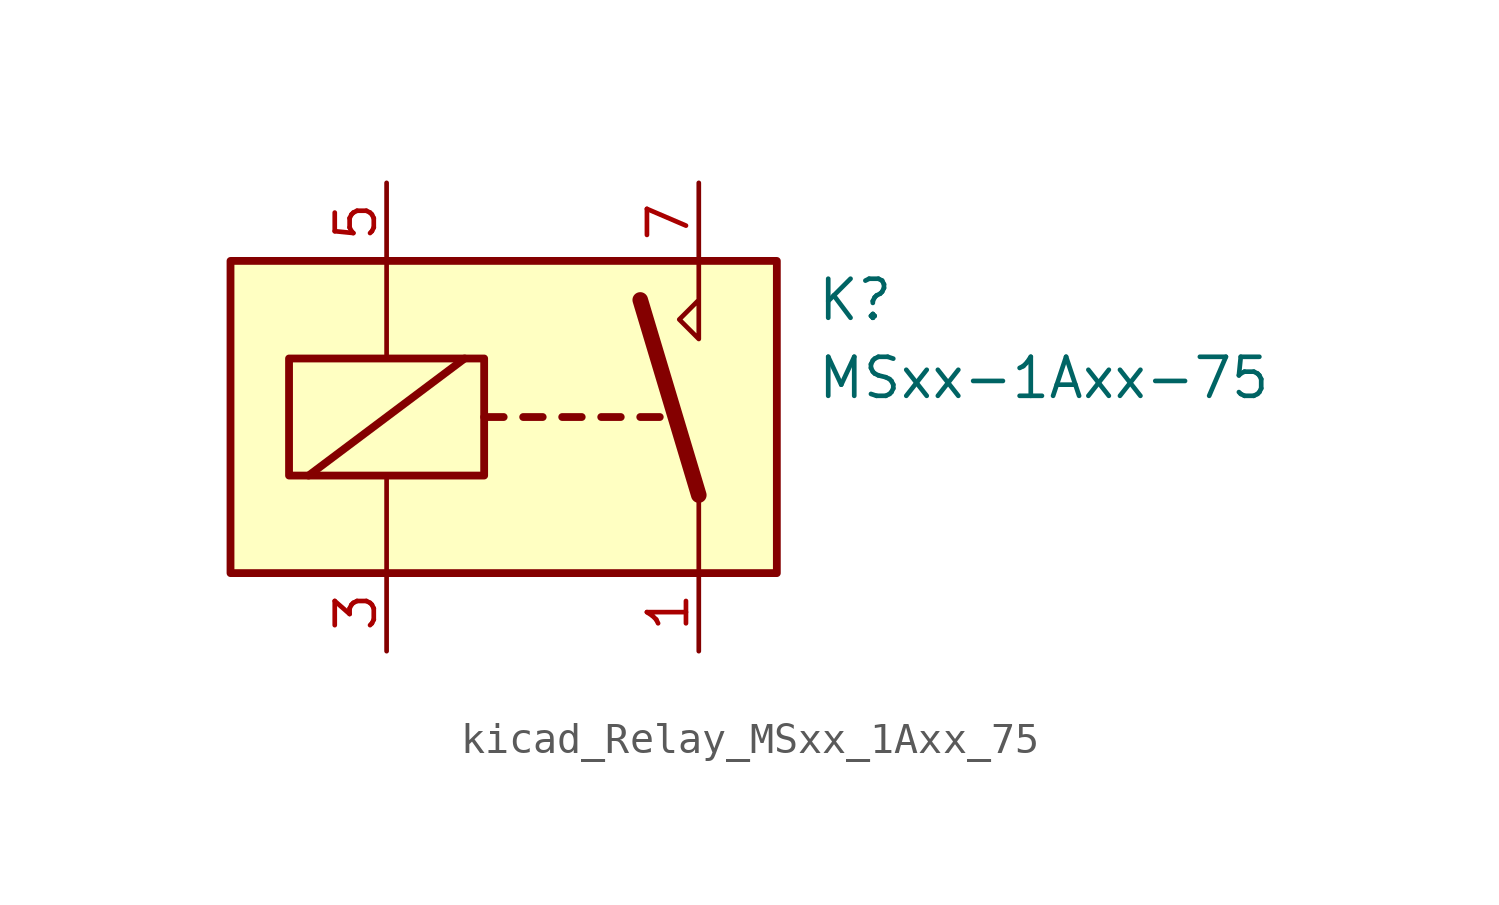
<source format=kicad_sym>
(kicad_symbol_lib
  (version 20220914)
  (generator kicad_symbol_editor)
  (symbol "kicad_Relay_MSxx_1Axx_75"
    (property "Reference" "K"
      (at 8.89 3.81 0)
      (effects (font (size 1.27 1.27)) (justify left)))
    (property "Value" "MSxx-1Axx-75"
      (at 8.89 1.27 0)
      (effects (font (size 1.27 1.27)) (justify left)))
    (symbol "kicad_Relay_MSxx_1Axx_75_0_0"
      (polyline (pts (xy 5.08 5.08) (xy 5.08 2.54) (xy 4.445 3.175) (xy 5.08 3.81)) (stroke (width 0) (type default)) (fill (type none))))
    (symbol "kicad_Relay_MSxx_1Axx_75_0_1"
      (rectangle (start -10.16 5.08) (end 7.62 -5.08) (stroke (width 0.254) (type default)) (fill (type background)))
      (rectangle (start -8.255 1.905) (end -1.905 -1.905) (stroke (width 0.254) (type default)) (fill (type none)))
      (polyline (pts (xy -7.62 -1.905) (xy -2.54 1.905)) (stroke (width 0.254) (type default)) (fill (type none)))
      (polyline (pts (xy -5.08 -5.08) (xy -5.08 -1.905)) (stroke (width 0) (type default)) (fill (type none)))
      (polyline (pts (xy -5.08 5.08) (xy -5.08 1.905)) (stroke (width 0) (type default)) (fill (type none)))
      (polyline (pts (xy -1.905 0) (xy -1.27 0)) (stroke (width 0.254) (type default)) (fill (type none)))
      (polyline (pts (xy -0.635 0) (xy 0 0)) (stroke (width 0.254) (type default)) (fill (type none)))
      (polyline (pts (xy 0.635 0) (xy 1.27 0)) (stroke (width 0.254) (type default)) (fill (type none)))
      (polyline (pts (xy 1.905 0) (xy 2.54 0)) (stroke (width 0.254) (type default)) (fill (type none)))
      (polyline (pts (xy 3.175 0) (xy 3.81 0)) (stroke (width 0.254) (type default)) (fill (type none)))
      (polyline (pts (xy 5.08 -2.54) (xy 3.175 3.81)) (stroke (width 0.508) (type default)) (fill (type none)))
      (polyline (pts (xy 5.08 -2.54) (xy 5.08 -5.08)) (stroke (width 0) (type default)) (fill (type none))))
    (symbol "kicad_Relay_MSxx_1Axx_75_1_1"
      (pin passive line (at 5.08 -7.62 90) (length 2.54) (name "~" (effects (font (size 1.27 1.27)))) (number "1" (effects (font (size 1.27 1.27)))))
      (pin passive line (at -5.08 -7.62 90) (length 2.54) (name "~" (effects (font (size 1.27 1.27)))) (number "3" (effects (font (size 1.27 1.27)))))
      (pin passive line (at -5.08 7.62 270) (length 2.54) (name "~" (effects (font (size 1.27 1.27)))) (number "5" (effects (font (size 1.27 1.27)))))
      (pin passive line (at 5.08 7.62 270) (length 2.54) (name "~" (effects (font (size 1.27 1.27)))) (number "7" (effects (font (size 1.27 1.27))))))))
</source>
